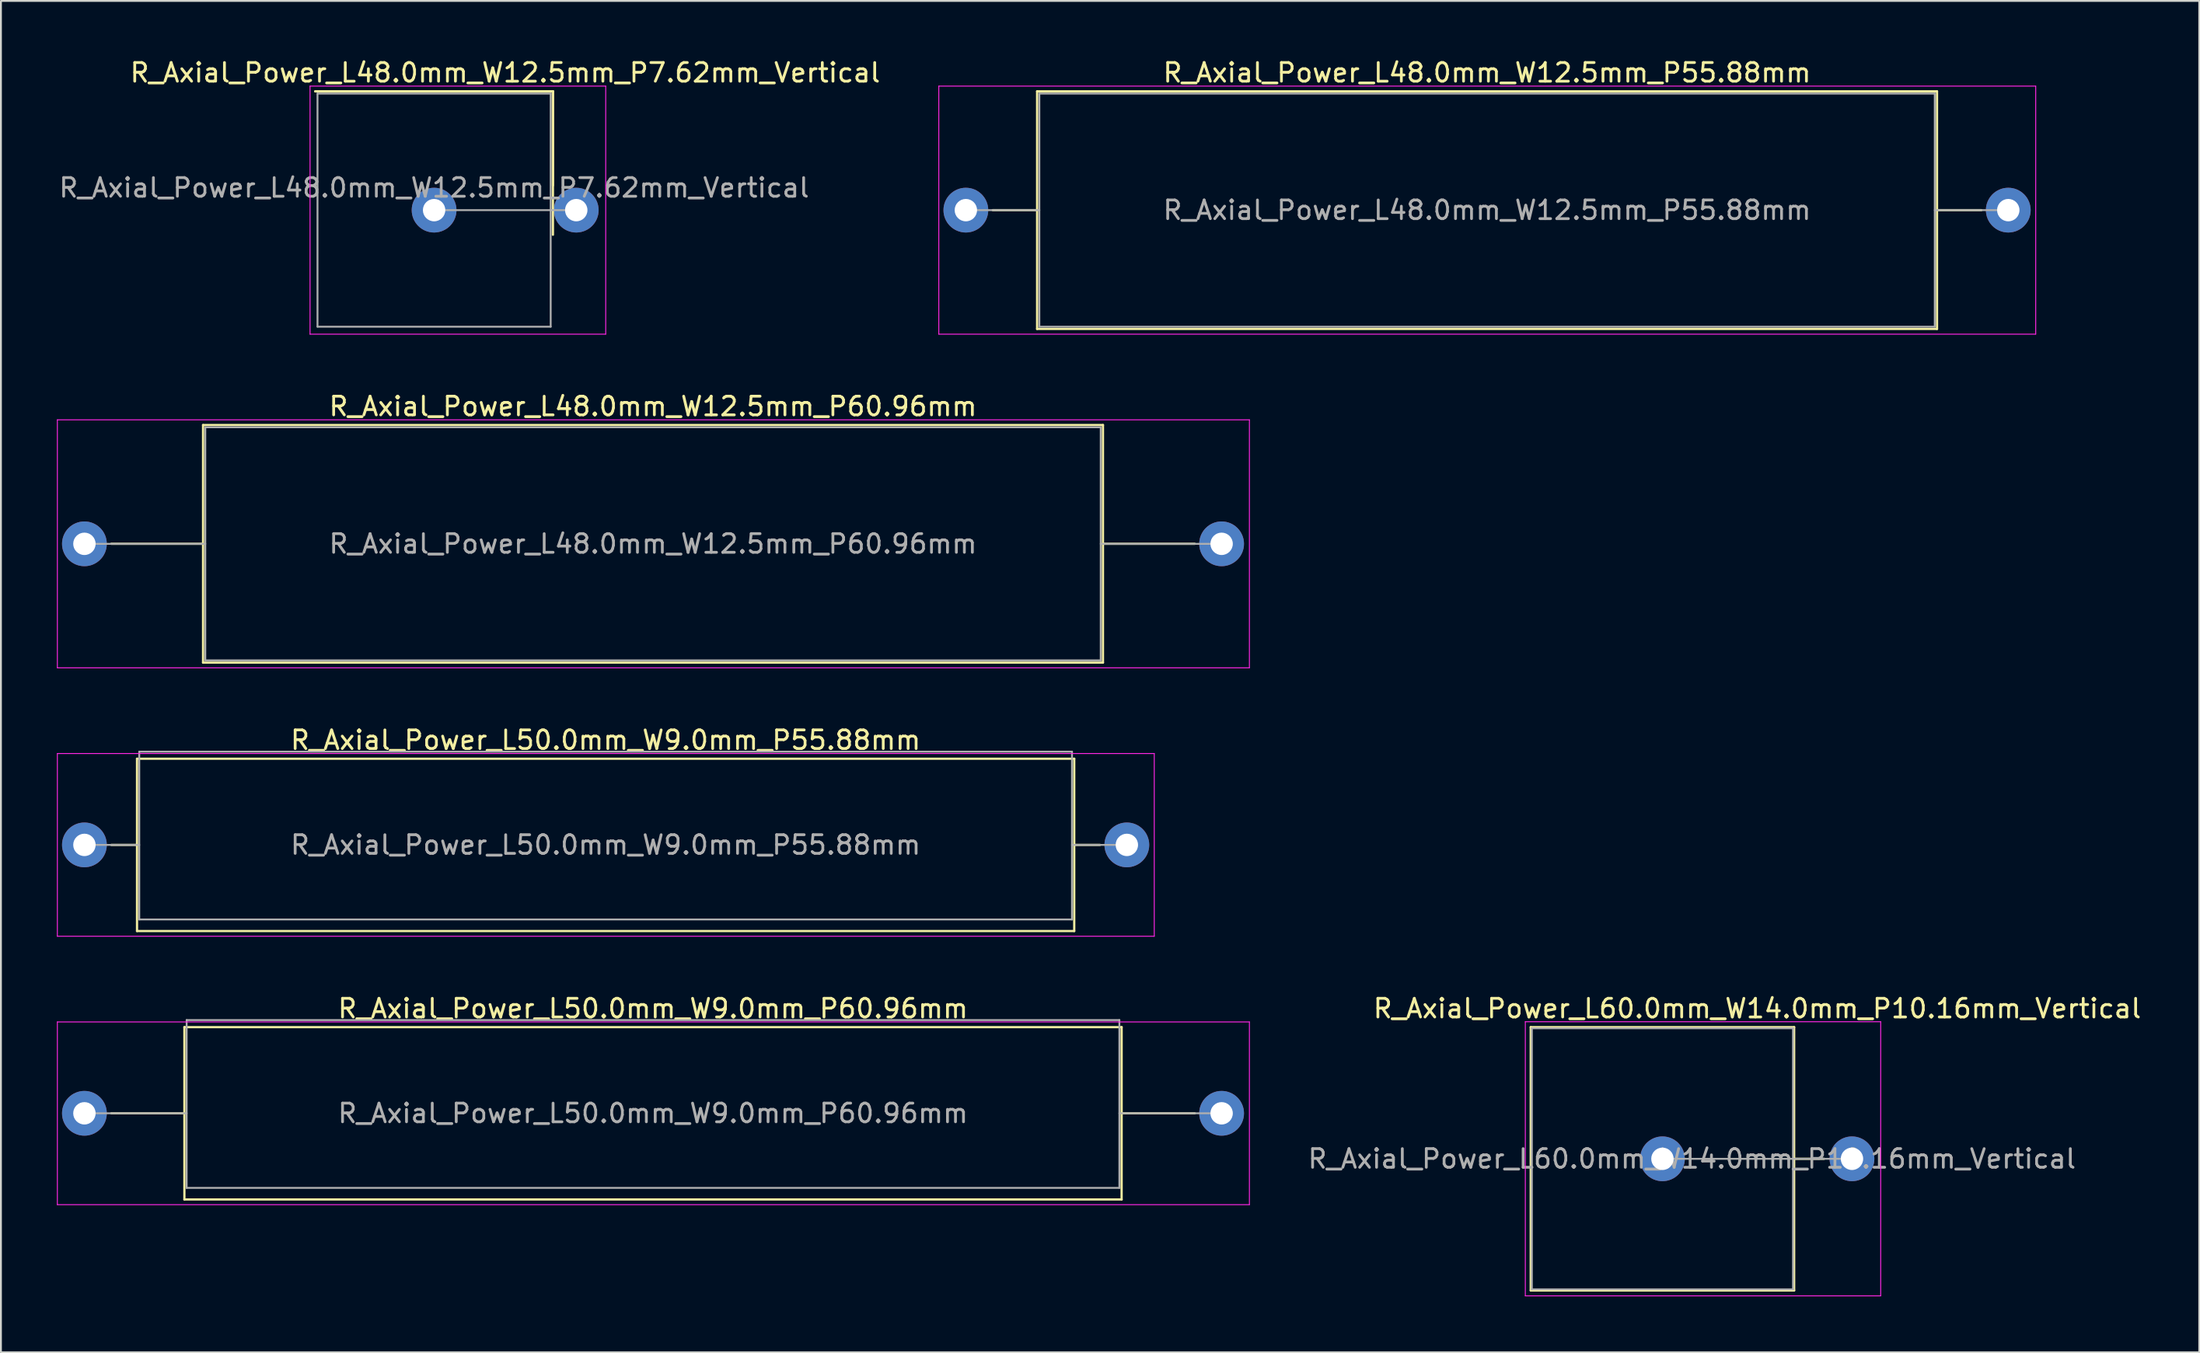
<source format=kicad_pcb>
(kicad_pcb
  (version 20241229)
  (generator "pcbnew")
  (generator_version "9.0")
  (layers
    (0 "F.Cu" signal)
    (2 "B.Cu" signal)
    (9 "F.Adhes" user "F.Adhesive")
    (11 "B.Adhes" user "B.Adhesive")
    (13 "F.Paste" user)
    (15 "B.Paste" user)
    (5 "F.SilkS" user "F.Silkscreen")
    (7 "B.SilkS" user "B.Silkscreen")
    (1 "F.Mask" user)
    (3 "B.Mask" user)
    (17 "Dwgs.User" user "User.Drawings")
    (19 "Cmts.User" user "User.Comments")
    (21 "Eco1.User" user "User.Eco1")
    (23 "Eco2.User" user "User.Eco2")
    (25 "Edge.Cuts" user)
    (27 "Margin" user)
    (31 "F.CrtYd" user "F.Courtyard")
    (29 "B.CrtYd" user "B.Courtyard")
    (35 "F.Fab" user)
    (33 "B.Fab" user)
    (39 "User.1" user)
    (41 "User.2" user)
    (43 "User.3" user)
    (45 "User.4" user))
  (footprint "R_Axial_Power_L50.0mm_W9.0mm_P55.88mm"
    (layer "F.Cu")
    (at 1.475 42.255)
    (property "Reference" "R_Axial_Power_L50.0mm_W9.0mm_P55.88mm" (at 27.94 -5.62 0) (layer "F.SilkS") (effects (font (size 1 1) (thickness 0.15))))
    (attr through_hole)
    (fp_line (start 1.44 0) (end 2.82 0) (stroke (width 0.12) (type solid)) (layer "F.SilkS"))
    (fp_line (start 2.82 -4.62) (end 2.82 4.62) (stroke (width 0.12) (type solid)) (layer "F.SilkS"))
    (fp_line (start 2.82 4.62) (end 53.06 4.62) (stroke (width 0.12) (type solid)) (layer "F.SilkS"))
    (fp_line (start 53.06 -4.62) (end 2.82 -4.62) (stroke (width 0.12) (type solid)) (layer "F.SilkS"))
    (fp_line (start 53.06 4.62) (end 53.06 -4.62) (stroke (width 0.12) (type solid)) (layer "F.SilkS"))
    (fp_line (start 54.44 0) (end 53.06 0) (stroke (width 0.12) (type solid)) (layer "F.SilkS"))
    (fp_line (start -1.45 -4.9) (end -1.45 4.9) (stroke (width 0.05) (type solid)) (layer "F.CrtYd"))
    (fp_line (start -1.45 4.9) (end 57.35 4.9) (stroke (width 0.05) (type solid)) (layer "F.CrtYd"))
    (fp_line (start 57.35 -4.9) (end -1.45 -4.9) (stroke (width 0.05) (type solid)) (layer "F.CrtYd"))
    (fp_line (start 57.35 4.9) (end 57.35 -4.9) (stroke (width 0.05) (type solid)) (layer "F.CrtYd"))
    (fp_line (start 0 0) (end 2.94 0) (stroke (width 0.1) (type solid)) (layer "F.Fab"))
    (fp_line (start 2.94 -5) (end 2.94 4) (stroke (width 0.1) (type solid)) (layer "F.Fab"))
    (fp_line (start 2.94 4) (end 52.94 4) (stroke (width 0.1) (type solid)) (layer "F.Fab"))
    (fp_line (start 52.94 -5) (end 2.94 -5) (stroke (width 0.1) (type solid)) (layer "F.Fab"))
    (fp_line (start 52.94 4) (end 52.94 -5) (stroke (width 0.1) (type solid)) (layer "F.Fab"))
    (fp_line (start 55.88 0) (end 52.94 0) (stroke (width 0.1) (type solid)) (layer "F.Fab"))
    (fp_text user "${REFERENCE}" (at 27.94 0 0) (layer "F.Fab") (effects (font (size 1 1) (thickness 0.15))))
    (pad "1" thru_hole circle (at 0 0) (size 2.4 2.4) (drill 1.2) (layers "*.Cu" "*.Mask"))
    (pad "2" thru_hole oval (at 55.88 0) (size 2.4 2.4) (drill 1.2) (layers "*.Cu" "*.Mask")))
  (footprint "R_Axial_Power_L60.0mm_W14.0mm_P10.16mm_Vertical"
    (layer "F.Cu")
    (at 86.066 59.088)
    (property "Reference" "R_Axial_Power_L60.0mm_W14.0mm_P10.16mm_Vertical" (at 5.08 -8.06 0) (layer "F.SilkS") (effects (font (size 1 1) (thickness 0.15))))
    (attr through_hole)
    (fp_line (start -7.06 -7.06) (end -7.06 7.06) (stroke (width 0.12) (type solid)) (layer "F.SilkS"))
    (fp_line (start -7.06 7.06) (end 7.06 7.06) (stroke (width 0.12) (type solid)) (layer "F.SilkS"))
    (fp_line (start 7.06 -7.06) (end -7.06 -7.06) (stroke (width 0.12) (type solid)) (layer "F.SilkS"))
    (fp_line (start 7.06 0) (end 8.66 0) (stroke (width 0.12) (type solid)) (layer "F.SilkS"))
    (fp_line (start 7.06 7.06) (end 7.06 -7.06) (stroke (width 0.12) (type solid)) (layer "F.SilkS"))
    (fp_line (start -7.35 -7.35) (end -7.35 7.35) (stroke (width 0.05) (type solid)) (layer "F.CrtYd"))
    (fp_line (start -7.35 7.35) (end 11.7 7.35) (stroke (width 0.05) (type solid)) (layer "F.CrtYd"))
    (fp_line (start 11.7 -7.35) (end -7.35 -7.35) (stroke (width 0.05) (type solid)) (layer "F.CrtYd"))
    (fp_line (start 11.7 7.35) (end 11.7 -7.35) (stroke (width 0.05) (type solid)) (layer "F.CrtYd"))
    (fp_line (start -7 -7) (end -7 7) (stroke (width 0.1) (type solid)) (layer "F.Fab"))
    (fp_line (start -7 7) (end 7 7) (stroke (width 0.1) (type solid)) (layer "F.Fab"))
    (fp_line (start 0 0) (end 10.16 0) (stroke (width 0.1) (type solid)) (layer "F.Fab"))
    (fp_line (start 7 -7) (end -7 -7) (stroke (width 0.1) (type solid)) (layer "F.Fab"))
    (fp_line (start 7 7) (end 7 -7) (stroke (width 0.1) (type solid)) (layer "F.Fab"))
    (fp_text user "${REFERENCE}" (at 1.58 0 0) (layer "F.Fab") (effects (font (size 1 1) (thickness 0.15))))
    (pad "1" thru_hole circle (at 0 0) (size 2.4 2.4) (drill 1.2) (layers "*.Cu" "*.Mask"))
    (pad "2" thru_hole oval (at 10.16 0) (size 2.4 2.4) (drill 1.2) (layers "*.Cu" "*.Mask")))
  (footprint "R_Axial_Power_L48.0mm_W12.5mm_P55.88mm"
    (layer "F.Cu")
    (at 48.725 8.218)
    (property "Reference" "R_Axial_Power_L48.0mm_W12.5mm_P55.88mm" (at 27.94 -7.37 0) (layer "F.SilkS") (effects (font (size 1 1) (thickness 0.15))))
    (attr through_hole)
    (fp_line (start 1.44 0) (end 3.82 0) (stroke (width 0.12) (type solid)) (layer "F.SilkS"))
    (fp_line (start 3.82 -6.37) (end 3.82 6.37) (stroke (width 0.12) (type solid)) (layer "F.SilkS"))
    (fp_line (start 3.82 6.37) (end 52.06 6.37) (stroke (width 0.12) (type solid)) (layer "F.SilkS"))
    (fp_line (start 52.06 -6.37) (end 3.82 -6.37) (stroke (width 0.12) (type solid)) (layer "F.SilkS"))
    (fp_line (start 52.06 6.37) (end 52.06 -6.37) (stroke (width 0.12) (type solid)) (layer "F.SilkS"))
    (fp_line (start 54.44 0) (end 52.06 0) (stroke (width 0.12) (type solid)) (layer "F.SilkS"))
    (fp_line (start -1.45 -6.65) (end -1.45 6.65) (stroke (width 0.05) (type solid)) (layer "F.CrtYd"))
    (fp_line (start -1.45 6.65) (end 57.35 6.65) (stroke (width 0.05) (type solid)) (layer "F.CrtYd"))
    (fp_line (start 57.35 -6.65) (end -1.45 -6.65) (stroke (width 0.05) (type solid)) (layer "F.CrtYd"))
    (fp_line (start 57.35 6.65) (end 57.35 -6.65) (stroke (width 0.05) (type solid)) (layer "F.CrtYd"))
    (fp_line (start 0 0) (end 3.94 0) (stroke (width 0.1) (type solid)) (layer "F.Fab"))
    (fp_line (start 3.94 -6.25) (end 3.94 6.25) (stroke (width 0.1) (type solid)) (layer "F.Fab"))
    (fp_line (start 3.94 6.25) (end 51.94 6.25) (stroke (width 0.1) (type solid)) (layer "F.Fab"))
    (fp_line (start 51.94 -6.25) (end 3.94 -6.25) (stroke (width 0.1) (type solid)) (layer "F.Fab"))
    (fp_line (start 51.94 6.25) (end 51.94 -6.25) (stroke (width 0.1) (type solid)) (layer "F.Fab"))
    (fp_line (start 55.88 0) (end 51.94 0) (stroke (width 0.1) (type solid)) (layer "F.Fab"))
    (fp_text user "${REFERENCE}" (at 27.94 0 0) (layer "F.Fab") (effects (font (size 1 1) (thickness 0.15))))
    (pad "1" thru_hole circle (at 0 0) (size 2.4 2.4) (drill 1.2) (layers "*.Cu" "*.Mask"))
    (pad "2" thru_hole oval (at 55.88 0) (size 2.4 2.4) (drill 1.2) (layers "*.Cu" "*.Mask")))
  (footprint "R_Axial_Power_L48.0mm_W12.5mm_P7.62mm_Vertical"
    (layer "F.Cu")
    (at 20.22 8.218)
    (property "Reference" "R_Axial_Power_L48.0mm_W12.5mm_P7.62mm_Vertical" (at 3.81 -7.37 0) (layer "F.SilkS") (effects (font (size 1 1) (thickness 0.15))))
    (attr through_hole)
    (fp_line (start -6.37 -6.37) (end 6.37 -6.37) (stroke (width 0.12) (type solid)) (layer "F.SilkS"))
    (fp_line (start 6.37 -6.37) (end -6.37 -6.37) (stroke (width 0.12) (type solid)) (layer "F.SilkS"))
    (fp_line (start 6.37 -6.37) (end 6.37 1.32) (stroke (width 0.12) (type solid)) (layer "F.SilkS"))
    (fp_line (start 6.37 -1.32) (end 6.37 -6.37) (stroke (width 0.12) (type solid)) (layer "F.SilkS"))
    (fp_line (start -6.65 -6.65) (end -6.65 6.65) (stroke (width 0.05) (type solid)) (layer "F.CrtYd"))
    (fp_line (start -6.65 6.65) (end 9.2 6.65) (stroke (width 0.05) (type solid)) (layer "F.CrtYd"))
    (fp_line (start 9.2 -6.65) (end -6.65 -6.65) (stroke (width 0.05) (type solid)) (layer "F.CrtYd"))
    (fp_line (start 9.2 6.65) (end 9.2 -6.65) (stroke (width 0.05) (type solid)) (layer "F.CrtYd"))
    (fp_line (start -6.25 -6.25) (end -6.25 6.25) (stroke (width 0.1) (type solid)) (layer "F.Fab"))
    (fp_line (start -6.25 6.25) (end 6.25 6.25) (stroke (width 0.1) (type solid)) (layer "F.Fab"))
    (fp_line (start 0 0) (end 7.62 0) (stroke (width 0.1) (type solid)) (layer "F.Fab"))
    (fp_line (start 6.25 -6.25) (end -6.25 -6.25) (stroke (width 0.1) (type solid)) (layer "F.Fab"))
    (fp_line (start 6.25 6.25) (end 6.25 -6.25) (stroke (width 0.1) (type solid)) (layer "F.Fab"))
    (fp_text user "${REFERENCE}" (at 0 -1.2 0) (layer "F.Fab") (effects (font (size 1 1) (thickness 0.15))))
    (pad "1" thru_hole circle (at 0 0) (size 2.4 2.4) (drill 1.2) (layers "*.Cu" "*.Mask"))
    (pad "2" thru_hole oval (at 7.62 0) (size 2.4 2.4) (drill 1.2) (layers "*.Cu" "*.Mask")))
  (footprint "R_Axial_Power_L48.0mm_W12.5mm_P60.96mm"
    (layer "F.Cu")
    (at 1.475 26.111)
    (property "Reference" "R_Axial_Power_L48.0mm_W12.5mm_P60.96mm" (at 30.48 -7.37 0) (layer "F.SilkS") (effects (font (size 1 1) (thickness 0.15))))
    (attr through_hole)
    (fp_line (start 1.44 0) (end 6.36 0) (stroke (width 0.12) (type solid)) (layer "F.SilkS"))
    (fp_line (start 6.36 -6.37) (end 6.36 6.37) (stroke (width 0.12) (type solid)) (layer "F.SilkS"))
    (fp_line (start 6.36 6.37) (end 54.6 6.37) (stroke (width 0.12) (type solid)) (layer "F.SilkS"))
    (fp_line (start 54.6 -6.37) (end 6.36 -6.37) (stroke (width 0.12) (type solid)) (layer "F.SilkS"))
    (fp_line (start 54.6 6.37) (end 54.6 -6.37) (stroke (width 0.12) (type solid)) (layer "F.SilkS"))
    (fp_line (start 59.52 0) (end 54.6 0) (stroke (width 0.12) (type solid)) (layer "F.SilkS"))
    (fp_line (start -1.45 -6.65) (end -1.45 6.65) (stroke (width 0.05) (type solid)) (layer "F.CrtYd"))
    (fp_line (start -1.45 6.65) (end 62.45 6.65) (stroke (width 0.05) (type solid)) (layer "F.CrtYd"))
    (fp_line (start 62.45 -6.65) (end -1.45 -6.65) (stroke (width 0.05) (type solid)) (layer "F.CrtYd"))
    (fp_line (start 62.45 6.65) (end 62.45 -6.65) (stroke (width 0.05) (type solid)) (layer "F.CrtYd"))
    (fp_line (start 0 0) (end 6.48 0) (stroke (width 0.1) (type solid)) (layer "F.Fab"))
    (fp_line (start 6.48 -6.25) (end 6.48 6.25) (stroke (width 0.1) (type solid)) (layer "F.Fab"))
    (fp_line (start 6.48 6.25) (end 54.48 6.25) (stroke (width 0.1) (type solid)) (layer "F.Fab"))
    (fp_line (start 54.48 -6.25) (end 6.48 -6.25) (stroke (width 0.1) (type solid)) (layer "F.Fab"))
    (fp_line (start 54.48 6.25) (end 54.48 -6.25) (stroke (width 0.1) (type solid)) (layer "F.Fab"))
    (fp_line (start 60.96 0) (end 54.48 0) (stroke (width 0.1) (type solid)) (layer "F.Fab"))
    (fp_text user "${REFERENCE}" (at 30.48 0 0) (layer "F.Fab") (effects (font (size 1 1) (thickness 0.15))))
    (pad "1" thru_hole circle (at 0 0) (size 2.4 2.4) (drill 1.2) (layers "*.Cu" "*.Mask"))
    (pad "2" thru_hole oval (at 60.96 0) (size 2.4 2.4) (drill 1.2) (layers "*.Cu" "*.Mask")))
  (footprint "R_Axial_Power_L50.0mm_W9.0mm_P60.96mm"
    (layer "F.Cu")
    (at 1.475 56.648)
    (property "Reference" "R_Axial_Power_L50.0mm_W9.0mm_P60.96mm" (at 30.48 -5.62 0) (layer "F.SilkS") (effects (font (size 1 1) (thickness 0.15))))
    (attr through_hole)
    (fp_line (start 1.44 0) (end 5.36 0) (stroke (width 0.12) (type solid)) (layer "F.SilkS"))
    (fp_line (start 5.36 -4.62) (end 5.36 4.62) (stroke (width 0.12) (type solid)) (layer "F.SilkS"))
    (fp_line (start 5.36 4.62) (end 55.6 4.62) (stroke (width 0.12) (type solid)) (layer "F.SilkS"))
    (fp_line (start 55.6 -4.62) (end 5.36 -4.62) (stroke (width 0.12) (type solid)) (layer "F.SilkS"))
    (fp_line (start 55.6 4.62) (end 55.6 -4.62) (stroke (width 0.12) (type solid)) (layer "F.SilkS"))
    (fp_line (start 59.52 0) (end 55.6 0) (stroke (width 0.12) (type solid)) (layer "F.SilkS"))
    (fp_line (start -1.45 -4.9) (end -1.45 4.9) (stroke (width 0.05) (type solid)) (layer "F.CrtYd"))
    (fp_line (start -1.45 4.9) (end 62.45 4.9) (stroke (width 0.05) (type solid)) (layer "F.CrtYd"))
    (fp_line (start 62.45 -4.9) (end -1.45 -4.9) (stroke (width 0.05) (type solid)) (layer "F.CrtYd"))
    (fp_line (start 62.45 4.9) (end 62.45 -4.9) (stroke (width 0.05) (type solid)) (layer "F.CrtYd"))
    (fp_line (start 0 0) (end 5.48 0) (stroke (width 0.1) (type solid)) (layer "F.Fab"))
    (fp_line (start 5.48 -5) (end 5.48 4) (stroke (width 0.1) (type solid)) (layer "F.Fab"))
    (fp_line (start 5.48 4) (end 55.48 4) (stroke (width 0.1) (type solid)) (layer "F.Fab"))
    (fp_line (start 55.48 -5) (end 5.48 -5) (stroke (width 0.1) (type solid)) (layer "F.Fab"))
    (fp_line (start 55.48 4) (end 55.48 -5) (stroke (width 0.1) (type solid)) (layer "F.Fab"))
    (fp_line (start 60.96 0) (end 55.48 0) (stroke (width 0.1) (type solid)) (layer "F.Fab"))
    (fp_text user "${REFERENCE}" (at 30.48 0 0) (layer "F.Fab") (effects (font (size 1 1) (thickness 0.15))))
    (pad "1" thru_hole circle (at 0 0) (size 2.4 2.4) (drill 1.2) (layers "*.Cu" "*.Mask"))
    (pad "2" thru_hole oval (at 60.96 0) (size 2.4 2.4) (drill 1.2) (layers "*.Cu" "*.Mask")))
  (gr_rect
    (start -3 -3)
    (end 114.843 69.463)
    (stroke (width 0.1) (type default))
    (fill no)
    (layer "Edge.Cuts")))
</source>
